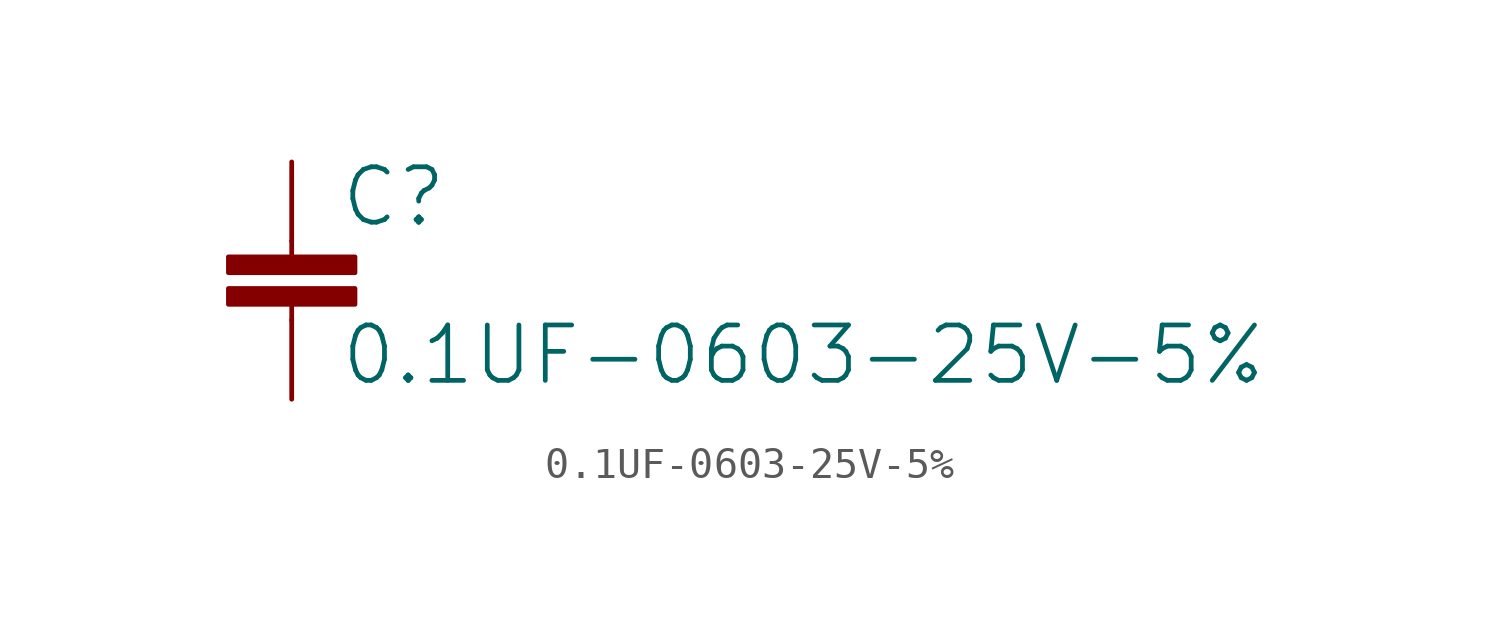
<source format=kicad_sym>
(kicad_symbol_lib
  (version 20211014)
  (generator kicad_symbol_editor)
  (symbol "0.1UF-0603-25V-5%"
    (property "Reference" "C"
      (at 1.524 2.921 0)
      (effects (font (size 1.778 1.778)) (justify left bottom)))
    (property "Value" "0.1UF-0603-25V-5%"
      (at 1.524 -2.159 0)
      (effects (font (size 1.778 1.778)) (justify left bottom)))
    (property "ki_locked" ""
      (at 0 0 0)
      (effects (font (size 1.27 1.27))))
    (symbol "0.1UF-0603-25V-5%_1_0"
      (rectangle (start -2.032 0.508) (end 2.032 1.016) (stroke (width 0) (type default) (color 0 0 0 0)) (fill (type outline)))
      (rectangle (start -2.032 1.524) (end 2.032 2.032) (stroke (width 0) (type default) (color 0 0 0 0)) (fill (type outline)))
      (polyline (pts (xy 0 0) (xy 0 0.508)) (stroke (width 0.152) (type default) (color 0 0 0 0)) (fill (type none)))
      (polyline (pts (xy 0 2.54) (xy 0 2.032)) (stroke (width 0.152) (type default) (color 0 0 0 0)) (fill (type none)))
      (pin passive line (at 0 5.08 270) (length 2.54) (name "1" (effects (font (size 0 0)))) (number "1" (effects (font (size 0 0)))))
      (pin passive line (at 0 -2.54 90) (length 2.54) (name "2" (effects (font (size 0 0)))) (number "2" (effects (font (size 0 0))))))))
</source>
